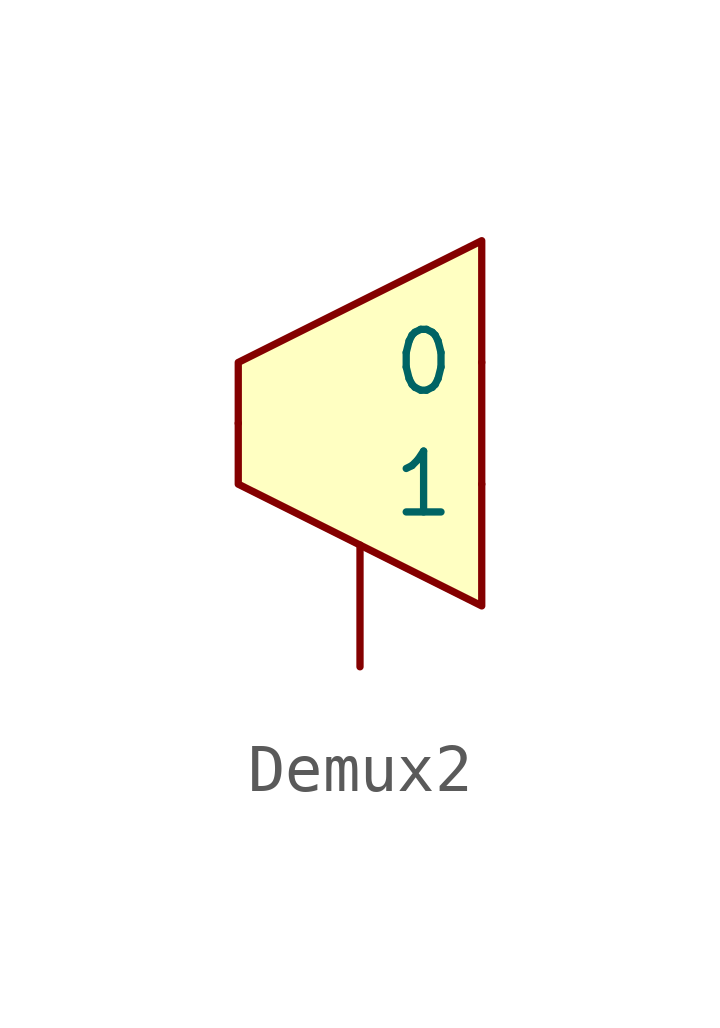
<source format=kicad_sym>
(kicad_symbol_lib
  (version 20211014)
  (generator kicad_symbol_editor)
  (symbol "Demux2"
    (property "Reference" "U"
      (at 0 -8.89 0)
      (effects (font (size 1.27 1.27)) hide))
    (symbol "Demux2_0_1"
      (polyline (pts (xy -2.54 1.27) (xy -2.54 -1.27) (xy 2.54 -3.81) (xy 2.54 3.81) (xy -2.54 1.27)) (stroke (width 0.152) (type default) (color 0 0 0 0)) (fill (type background))))
    (symbol "Demux2_1_1"
      (pin input line (at 0 -5.08 90) (length 2.54) (name "" (effects (font (size 1.27 1.27)))) (number "" (effects (font (size 1.27 1.27)))))
      (pin output line (at 2.54 1.27 180) (length 0) (name "0" (effects (font (size 1.27 1.27)))) (number "" (effects (font (size 1.27 1.27)))))
      (pin output line (at 2.54 -1.27 180) (length 0) (name "1" (effects (font (size 1.27 1.27)))) (number "" (effects (font (size 1.27 1.27)))))
      (pin input line (at -2.54 0 0) (length 0) (name "~" (effects (font (size 1.27 1.27)))) (number "" (effects (font (size 1.27 1.27))))))))
</source>
